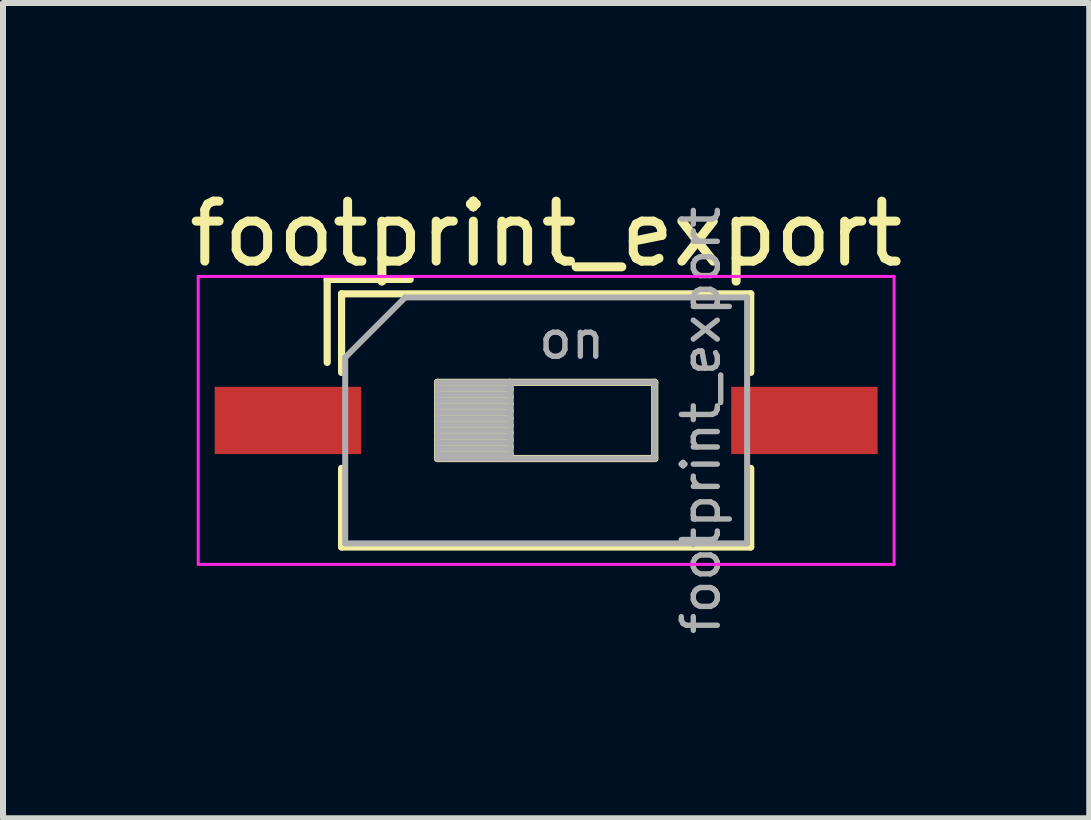
<source format=kicad_pcb>
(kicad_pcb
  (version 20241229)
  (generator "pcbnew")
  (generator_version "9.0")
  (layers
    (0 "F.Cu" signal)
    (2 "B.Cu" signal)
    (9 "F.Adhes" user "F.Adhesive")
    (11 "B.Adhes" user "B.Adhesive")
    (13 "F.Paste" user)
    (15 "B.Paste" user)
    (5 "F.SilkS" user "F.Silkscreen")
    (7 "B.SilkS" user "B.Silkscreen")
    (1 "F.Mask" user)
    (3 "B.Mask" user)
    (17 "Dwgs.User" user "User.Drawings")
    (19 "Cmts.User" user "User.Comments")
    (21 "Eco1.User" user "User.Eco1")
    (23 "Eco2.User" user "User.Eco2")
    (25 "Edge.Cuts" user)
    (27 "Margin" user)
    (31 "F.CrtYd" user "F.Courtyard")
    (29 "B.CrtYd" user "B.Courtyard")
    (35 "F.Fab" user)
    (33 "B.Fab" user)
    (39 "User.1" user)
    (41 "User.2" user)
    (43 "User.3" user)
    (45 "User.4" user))
  (footprint "footprint_export"
    (layer "F.Cu")
    (at 6.054 3.958)
    (property "Reference" "footprint_export" (at 0 -3.11 0) (layer "F.SilkS") (effects (font (size 1 1) (thickness 0.15))))
    (attr smd)
    (fp_line (start -3.65 -2.35) (end -3.65 -0.967) (stroke (width 0.12) (type solid)) (layer "F.SilkS"))
    (fp_line (start -3.65 -2.35) (end -2.267 -2.35) (stroke (width 0.12) (type solid)) (layer "F.SilkS"))
    (fp_line (start -3.41 -2.11) (end -3.41 -0.8) (stroke (width 0.12) (type solid)) (layer "F.SilkS"))
    (fp_line (start -3.41 -2.11) (end 3.41 -2.11) (stroke (width 0.12) (type solid)) (layer "F.SilkS"))
    (fp_line (start -3.41 0.8) (end -3.41 2.11) (stroke (width 0.12) (type solid)) (layer "F.SilkS"))
    (fp_line (start -3.41 2.11) (end 3.41 2.11) (stroke (width 0.12) (type solid)) (layer "F.SilkS"))
    (fp_line (start -1.81 -0.635) (end -1.81 0.635) (stroke (width 0.12) (type solid)) (layer "F.SilkS"))
    (fp_line (start -1.81 -0.515) (end -0.603 -0.515) (stroke (width 0.12) (type solid)) (layer "F.SilkS"))
    (fp_line (start -1.81 -0.395) (end -0.603 -0.395) (stroke (width 0.12) (type solid)) (layer "F.SilkS"))
    (fp_line (start -1.81 -0.275) (end -0.603 -0.275) (stroke (width 0.12) (type solid)) (layer "F.SilkS"))
    (fp_line (start -1.81 -0.155) (end -0.603 -0.155) (stroke (width 0.12) (type solid)) (layer "F.SilkS"))
    (fp_line (start -1.81 -0.035) (end -0.603 -0.035) (stroke (width 0.12) (type solid)) (layer "F.SilkS"))
    (fp_line (start -1.81 0.085) (end -0.603 0.085) (stroke (width 0.12) (type solid)) (layer "F.SilkS"))
    (fp_line (start -1.81 0.205) (end -0.603 0.205) (stroke (width 0.12) (type solid)) (layer "F.SilkS"))
    (fp_line (start -1.81 0.325) (end -0.603 0.325) (stroke (width 0.12) (type solid)) (layer "F.SilkS"))
    (fp_line (start -1.81 0.445) (end -0.603 0.445) (stroke (width 0.12) (type solid)) (layer "F.SilkS"))
    (fp_line (start -1.81 0.565) (end -0.603 0.565) (stroke (width 0.12) (type solid)) (layer "F.SilkS"))
    (fp_line (start -1.81 0.635) (end 1.81 0.635) (stroke (width 0.12) (type solid)) (layer "F.SilkS"))
    (fp_line (start -0.603 -0.635) (end -0.603 0.635) (stroke (width 0.12) (type solid)) (layer "F.SilkS"))
    (fp_line (start 1.81 -0.635) (end -1.81 -0.635) (stroke (width 0.12) (type solid)) (layer "F.SilkS"))
    (fp_line (start 1.81 0.635) (end 1.81 -0.635) (stroke (width 0.12) (type solid)) (layer "F.SilkS"))
    (fp_line (start 3.41 -2.11) (end 3.41 -0.8) (stroke (width 0.12) (type solid)) (layer "F.SilkS"))
    (fp_line (start 3.41 0.8) (end 3.41 2.11) (stroke (width 0.12) (type solid)) (layer "F.SilkS"))
    (fp_line (start -5.8 -2.4) (end -5.8 2.4) (stroke (width 0.05) (type solid)) (layer "F.CrtYd"))
    (fp_line (start -5.8 2.4) (end 5.8 2.4) (stroke (width 0.05) (type solid)) (layer "F.CrtYd"))
    (fp_line (start 5.8 -2.4) (end -5.8 -2.4) (stroke (width 0.05) (type solid)) (layer "F.CrtYd"))
    (fp_line (start 5.8 2.4) (end 5.8 -2.4) (stroke (width 0.05) (type solid)) (layer "F.CrtYd"))
    (fp_line (start -3.35 -1.05) (end -2.35 -2.05) (stroke (width 0.1) (type solid)) (layer "F.Fab"))
    (fp_line (start -3.35 2.05) (end -3.35 -1.05) (stroke (width 0.1) (type solid)) (layer "F.Fab"))
    (fp_line (start -2.35 -2.05) (end 3.35 -2.05) (stroke (width 0.1) (type solid)) (layer "F.Fab"))
    (fp_line (start -1.81 -0.635) (end -1.81 0.635) (stroke (width 0.1) (type solid)) (layer "F.Fab"))
    (fp_line (start -1.81 -0.535) (end -0.603 -0.535) (stroke (width 0.1) (type solid)) (layer "F.Fab"))
    (fp_line (start -1.81 -0.435) (end -0.603 -0.435) (stroke (width 0.1) (type solid)) (layer "F.Fab"))
    (fp_line (start -1.81 -0.335) (end -0.603 -0.335) (stroke (width 0.1) (type solid)) (layer "F.Fab"))
    (fp_line (start -1.81 -0.235) (end -0.603 -0.235) (stroke (width 0.1) (type solid)) (layer "F.Fab"))
    (fp_line (start -1.81 -0.135) (end -0.603 -0.135) (stroke (width 0.1) (type solid)) (layer "F.Fab"))
    (fp_line (start -1.81 -0.035) (end -0.603 -0.035) (stroke (width 0.1) (type solid)) (layer "F.Fab"))
    (fp_line (start -1.81 0.065) (end -0.603 0.065) (stroke (width 0.1) (type solid)) (layer "F.Fab"))
    (fp_line (start -1.81 0.165) (end -0.603 0.165) (stroke (width 0.1) (type solid)) (layer "F.Fab"))
    (fp_line (start -1.81 0.265) (end -0.603 0.265) (stroke (width 0.1) (type solid)) (layer "F.Fab"))
    (fp_line (start -1.81 0.365) (end -0.603 0.365) (stroke (width 0.1) (type solid)) (layer "F.Fab"))
    (fp_line (start -1.81 0.465) (end -0.603 0.465) (stroke (width 0.1) (type solid)) (layer "F.Fab"))
    (fp_line (start -1.81 0.565) (end -0.603 0.565) (stroke (width 0.1) (type solid)) (layer "F.Fab"))
    (fp_line (start -1.81 0.635) (end 1.81 0.635) (stroke (width 0.1) (type solid)) (layer "F.Fab"))
    (fp_line (start -0.603 -0.635) (end -0.603 0.635) (stroke (width 0.1) (type solid)) (layer "F.Fab"))
    (fp_line (start 1.81 -0.635) (end -1.81 -0.635) (stroke (width 0.1) (type solid)) (layer "F.Fab"))
    (fp_line (start 1.81 0.635) (end 1.81 -0.635) (stroke (width 0.1) (type solid)) (layer "F.Fab"))
    (fp_line (start 3.35 -2.05) (end 3.35 2.05) (stroke (width 0.1) (type solid)) (layer "F.Fab"))
    (fp_line (start 3.35 2.05) (end -3.35 2.05) (stroke (width 0.1) (type solid)) (layer "F.Fab"))
    (fp_text user "${REFERENCE}" (at 2.58 0 90) (layer "F.Fab") (effects (font (size 0.6 0.6) (thickness 0.09))))
    (fp_text user "on" (at 0.427 -1.343 0) (layer "F.Fab") (effects (font (size 0.6 0.6) (thickness 0.09))))
    (pad "1" smd rect (at -4.305 0) (size 2.44 1.12) (layers "F.Cu" "F.Mask" "F.Paste"))
    (pad "2" smd rect (at 4.305 0) (size 2.44 1.12) (layers "F.Cu" "F.Mask" "F.Paste")))
  (gr_rect
    (start -3 -3)
    (end 15.107 10.59)
    (stroke (width 0.1) (type default))
    (fill no)
    (layer "Edge.Cuts")))
</source>
